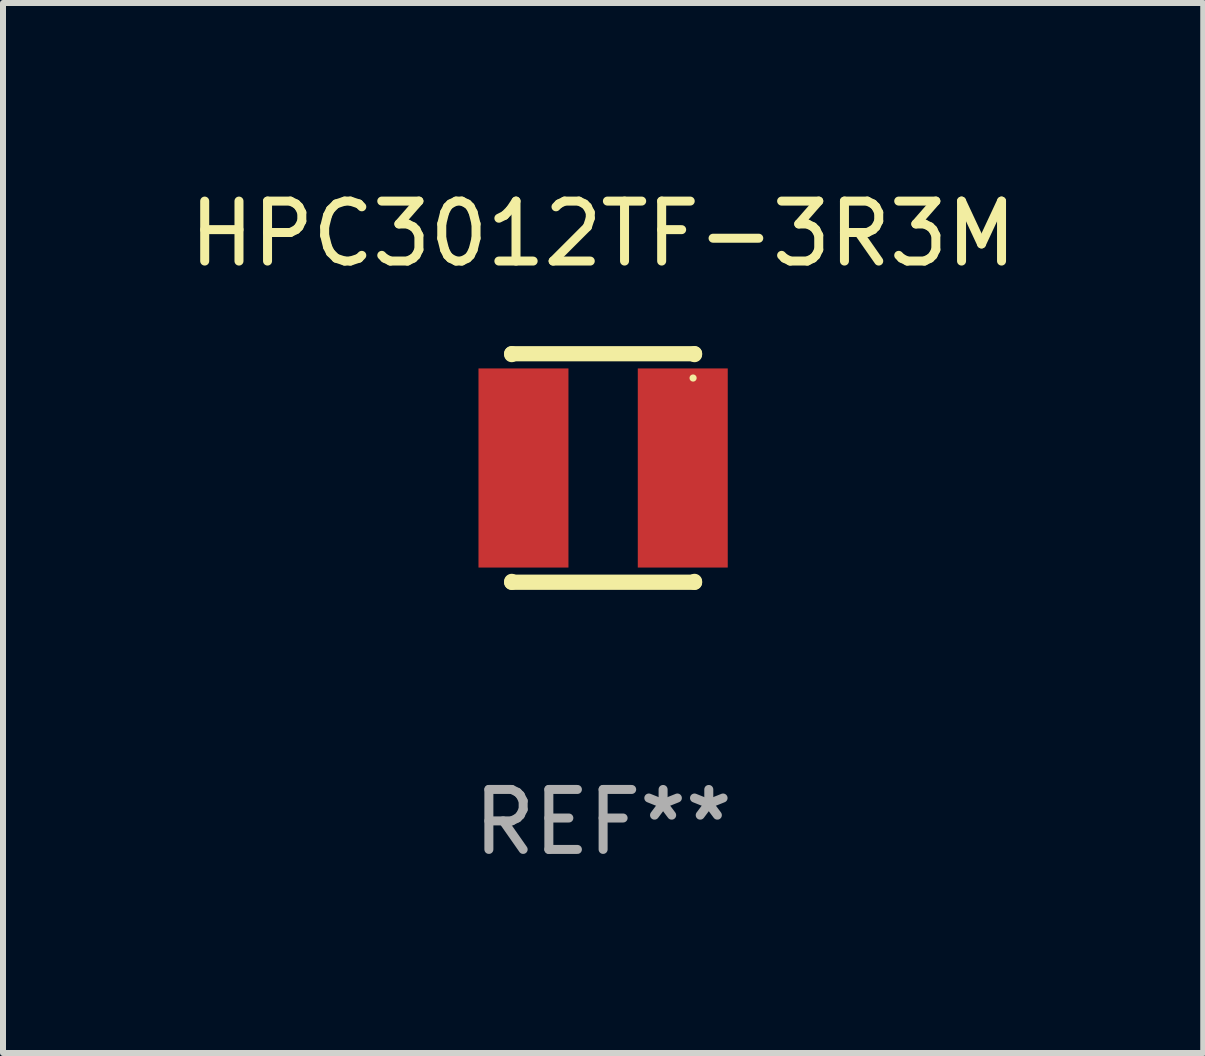
<source format=kicad_pcb>
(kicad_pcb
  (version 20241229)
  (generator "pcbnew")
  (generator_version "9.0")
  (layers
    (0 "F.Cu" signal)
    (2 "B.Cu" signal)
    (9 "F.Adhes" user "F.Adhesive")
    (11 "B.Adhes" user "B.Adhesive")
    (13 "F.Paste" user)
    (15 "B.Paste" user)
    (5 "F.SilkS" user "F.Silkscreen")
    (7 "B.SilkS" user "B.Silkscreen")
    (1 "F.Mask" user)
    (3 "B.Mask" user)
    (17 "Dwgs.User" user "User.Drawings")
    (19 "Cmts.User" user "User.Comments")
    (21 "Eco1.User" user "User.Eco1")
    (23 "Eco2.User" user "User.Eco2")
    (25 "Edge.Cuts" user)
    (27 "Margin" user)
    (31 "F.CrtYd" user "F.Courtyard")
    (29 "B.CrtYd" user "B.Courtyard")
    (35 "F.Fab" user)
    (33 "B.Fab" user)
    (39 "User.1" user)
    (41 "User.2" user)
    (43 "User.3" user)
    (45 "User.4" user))
  (footprint "HPC3012TF-3R3M"
    (layer "F.Cu")
    (at 7.006 4.753)
    (property "Reference" "HPC3012TF-3R3M" (at 0 -3.905 0) (layer "F.SilkS") (effects (font (size 1 1) (thickness 0.15))))
    (attr through_hole)
    (fp_line (start -1.524 -1.905) (end 1.524 -1.905) (stroke (width 0.254) (type solid)) (layer "F.SilkS"))
    (fp_line (start -1.524 -1.891) (end -1.524 -1.905) (stroke (width 0.254) (type solid)) (layer "F.SilkS"))
    (fp_line (start -1.524 1.905) (end -1.524 1.891) (stroke (width 0.254) (type solid)) (layer "F.SilkS"))
    (fp_line (start -1.524 1.905) (end 1.524 1.905) (stroke (width 0.254) (type solid)) (layer "F.SilkS"))
    (fp_line (start 1.524 -1.905) (end 1.524 -1.891) (stroke (width 0.254) (type solid)) (layer "F.SilkS"))
    (fp_line (start 1.524 1.891) (end 1.524 1.905) (stroke (width 0.254) (type solid)) (layer "F.SilkS"))
    (fp_circle (center 1.5 -1.5) (end 1.53 -1.5) (stroke (width 0.06) (type solid)) (fill no) (layer "F.SilkS"))
    (fp_text user "REF**" (at 0 5.905 0) (layer "F.Fab") (effects (font (size 1 1) (thickness 0.15))))
    (pad "1" smd rect (at 1.328 0) (size 1.5 3.32) (layers "F.Cu" "F.Mask" "F.Paste"))
    (pad "2" smd rect (at -1.328 0) (size 1.5 3.32) (layers "F.Cu" "F.Mask" "F.Paste")))
  (gr_rect
    (start -3 -3)
    (end 17.012 14.507)
    (stroke (width 0.1) (type default))
    (fill no)
    (layer "Edge.Cuts")))
</source>
